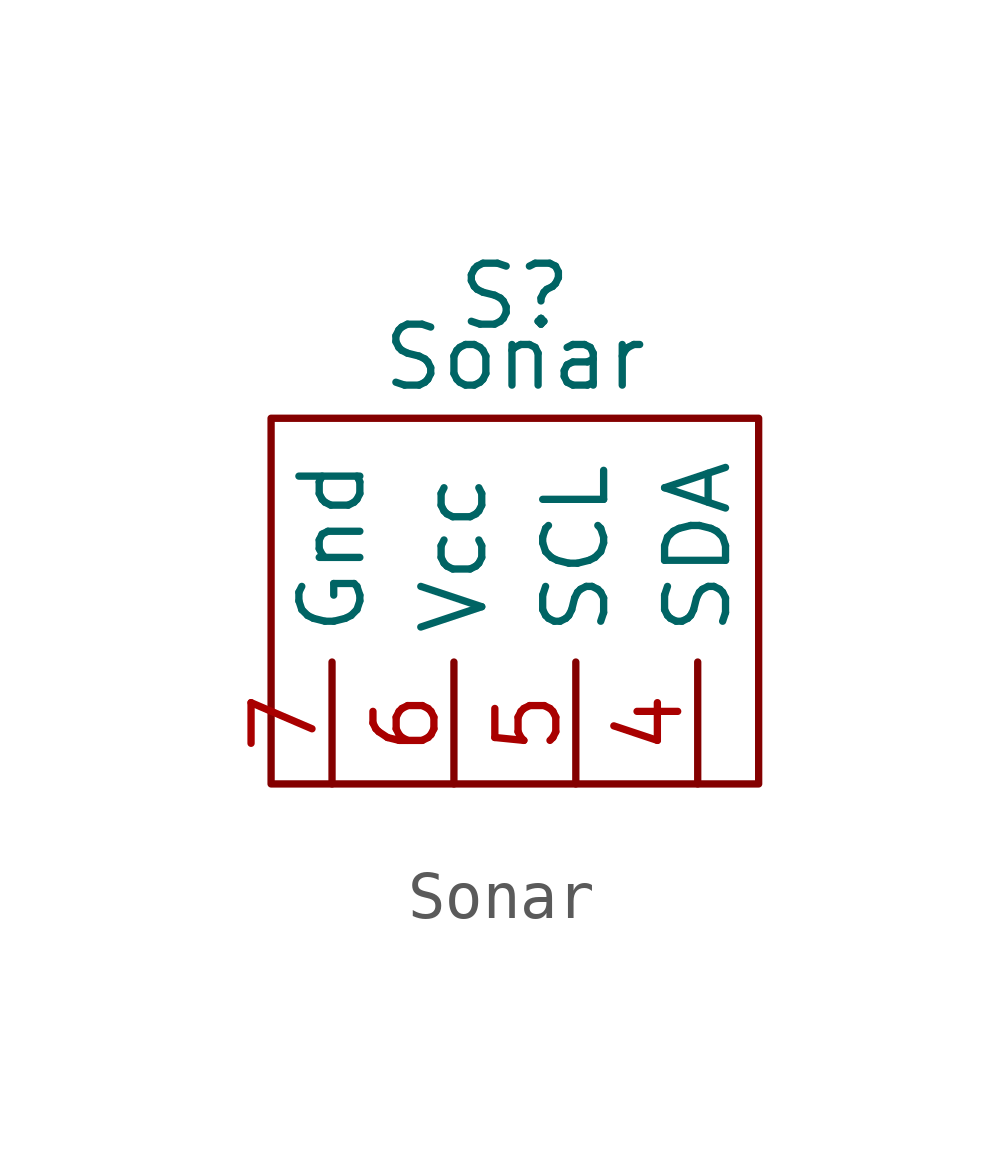
<source format=kicad_sym>
(kicad_symbol_lib
  (version 20211014)
  (generator kicad_symbol_editor)
  (symbol "Sonar"
    (property "Reference" "S"
      (at 0 2.54 0)
      (effects (font (size 1.27 1.27))))
    (property "Value" "Sonar"
      (at 0 1.27 0)
      (effects (font (size 1.27 1.27))))
    (symbol "Sonar_0_1"
      (rectangle (start -5.08 -7.62) (end 5.08 0) (stroke (width 0) (type default) (color 0 0 0 0)) (fill (type none))))
    (symbol "Sonar_1_1"
      (pin passive line (at 3.81 -7.62 90) (length 2.54) (name "SDA" (effects (font (size 1.27 1.27)))) (number "4" (effects (font (size 1.27 1.27)))))
      (pin passive line (at 1.27 -7.62 90) (length 2.54) (name "SCL" (effects (font (size 1.27 1.27)))) (number "5" (effects (font (size 1.27 1.27)))))
      (pin power_in line (at -1.27 -7.62 90) (length 2.54) (name "Vcc" (effects (font (size 1.27 1.27)))) (number "6" (effects (font (size 1.27 1.27)))))
      (pin passive line (at -3.81 -7.62 90) (length 2.54) (name "Gnd" (effects (font (size 1.27 1.27)))) (number "7" (effects (font (size 1.27 1.27))))))))
</source>
